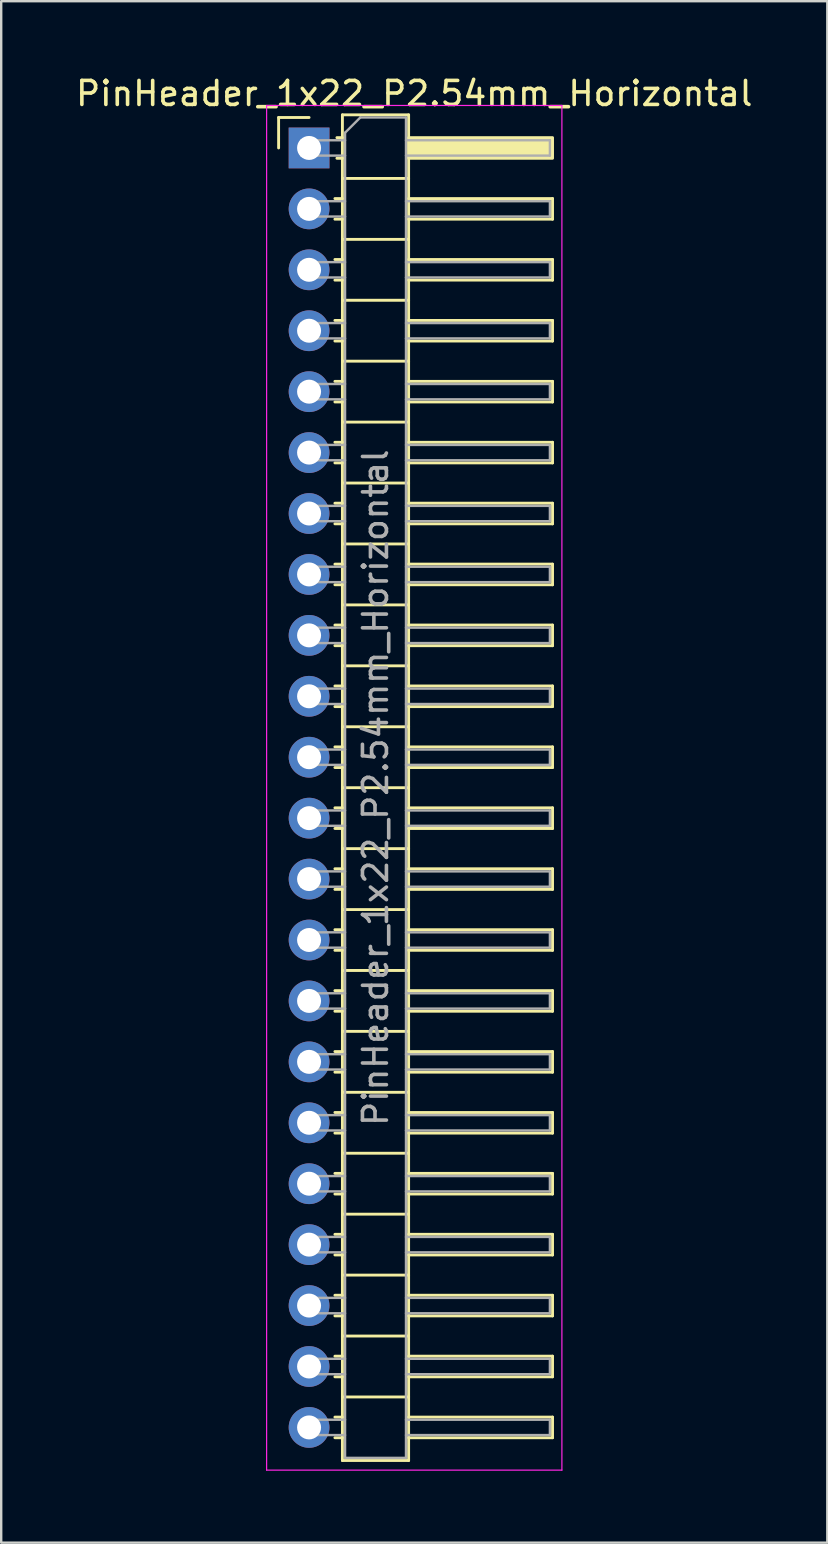
<source format=kicad_pcb>
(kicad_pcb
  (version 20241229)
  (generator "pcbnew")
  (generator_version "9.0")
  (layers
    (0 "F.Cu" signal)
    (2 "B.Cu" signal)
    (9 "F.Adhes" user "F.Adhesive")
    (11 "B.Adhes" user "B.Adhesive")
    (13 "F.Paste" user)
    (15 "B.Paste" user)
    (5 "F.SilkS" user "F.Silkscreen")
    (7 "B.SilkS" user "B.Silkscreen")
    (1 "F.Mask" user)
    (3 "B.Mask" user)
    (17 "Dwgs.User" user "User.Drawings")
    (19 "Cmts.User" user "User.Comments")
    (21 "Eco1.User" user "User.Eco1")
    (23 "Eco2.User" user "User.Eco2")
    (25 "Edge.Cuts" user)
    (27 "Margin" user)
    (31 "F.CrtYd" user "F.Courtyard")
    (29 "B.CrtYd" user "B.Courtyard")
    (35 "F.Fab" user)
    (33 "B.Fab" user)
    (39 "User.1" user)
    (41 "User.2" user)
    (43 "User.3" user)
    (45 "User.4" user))
  (footprint "PinHeader_1x22_P2.54mm_Horizontal"
    (layer "F.Cu")
    (at 9.835 3.118)
    (property "Reference" "PinHeader_1x22_P2.54mm_Horizontal" (at 4.385 -2.27 0) (layer "F.SilkS") (effects (font (size 1 1) (thickness 0.15))))
    (attr through_hole)
    (fp_line (start -1.27 -1.27) (end 0 -1.27) (stroke (width 0.12) (type solid)) (layer "F.SilkS"))
    (fp_line (start -1.27 0) (end -1.27 -1.27) (stroke (width 0.12) (type solid)) (layer "F.SilkS"))
    (fp_line (start 1.077 2.11) (end 1.39 2.11) (stroke (width 0.12) (type solid)) (layer "F.SilkS"))
    (fp_line (start 1.077 2.97) (end 1.39 2.97) (stroke (width 0.12) (type solid)) (layer "F.SilkS"))
    (fp_line (start 1.077 4.65) (end 1.39 4.65) (stroke (width 0.12) (type solid)) (layer "F.SilkS"))
    (fp_line (start 1.077 5.51) (end 1.39 5.51) (stroke (width 0.12) (type solid)) (layer "F.SilkS"))
    (fp_line (start 1.077 7.19) (end 1.39 7.19) (stroke (width 0.12) (type solid)) (layer "F.SilkS"))
    (fp_line (start 1.077 8.05) (end 1.39 8.05) (stroke (width 0.12) (type solid)) (layer "F.SilkS"))
    (fp_line (start 1.077 9.73) (end 1.39 9.73) (stroke (width 0.12) (type solid)) (layer "F.SilkS"))
    (fp_line (start 1.077 10.59) (end 1.39 10.59) (stroke (width 0.12) (type solid)) (layer "F.SilkS"))
    (fp_line (start 1.077 12.27) (end 1.39 12.27) (stroke (width 0.12) (type solid)) (layer "F.SilkS"))
    (fp_line (start 1.077 13.13) (end 1.39 13.13) (stroke (width 0.12) (type solid)) (layer "F.SilkS"))
    (fp_line (start 1.077 14.81) (end 1.39 14.81) (stroke (width 0.12) (type solid)) (layer "F.SilkS"))
    (fp_line (start 1.077 15.67) (end 1.39 15.67) (stroke (width 0.12) (type solid)) (layer "F.SilkS"))
    (fp_line (start 1.077 17.35) (end 1.39 17.35) (stroke (width 0.12) (type solid)) (layer "F.SilkS"))
    (fp_line (start 1.077 18.21) (end 1.39 18.21) (stroke (width 0.12) (type solid)) (layer "F.SilkS"))
    (fp_line (start 1.077 19.89) (end 1.39 19.89) (stroke (width 0.12) (type solid)) (layer "F.SilkS"))
    (fp_line (start 1.077 20.75) (end 1.39 20.75) (stroke (width 0.12) (type solid)) (layer "F.SilkS"))
    (fp_line (start 1.077 22.43) (end 1.39 22.43) (stroke (width 0.12) (type solid)) (layer "F.SilkS"))
    (fp_line (start 1.077 23.29) (end 1.39 23.29) (stroke (width 0.12) (type solid)) (layer "F.SilkS"))
    (fp_line (start 1.077 24.97) (end 1.39 24.97) (stroke (width 0.12) (type solid)) (layer "F.SilkS"))
    (fp_line (start 1.077 25.83) (end 1.39 25.83) (stroke (width 0.12) (type solid)) (layer "F.SilkS"))
    (fp_line (start 1.077 27.51) (end 1.39 27.51) (stroke (width 0.12) (type solid)) (layer "F.SilkS"))
    (fp_line (start 1.077 28.37) (end 1.39 28.37) (stroke (width 0.12) (type solid)) (layer "F.SilkS"))
    (fp_line (start 1.077 30.05) (end 1.39 30.05) (stroke (width 0.12) (type solid)) (layer "F.SilkS"))
    (fp_line (start 1.077 30.91) (end 1.39 30.91) (stroke (width 0.12) (type solid)) (layer "F.SilkS"))
    (fp_line (start 1.077 32.59) (end 1.39 32.59) (stroke (width 0.12) (type solid)) (layer "F.SilkS"))
    (fp_line (start 1.077 33.45) (end 1.39 33.45) (stroke (width 0.12) (type solid)) (layer "F.SilkS"))
    (fp_line (start 1.077 35.13) (end 1.39 35.13) (stroke (width 0.12) (type solid)) (layer "F.SilkS"))
    (fp_line (start 1.077 35.99) (end 1.39 35.99) (stroke (width 0.12) (type solid)) (layer "F.SilkS"))
    (fp_line (start 1.077 37.67) (end 1.39 37.67) (stroke (width 0.12) (type solid)) (layer "F.SilkS"))
    (fp_line (start 1.077 38.53) (end 1.39 38.53) (stroke (width 0.12) (type solid)) (layer "F.SilkS"))
    (fp_line (start 1.077 40.21) (end 1.39 40.21) (stroke (width 0.12) (type solid)) (layer "F.SilkS"))
    (fp_line (start 1.077 41.07) (end 1.39 41.07) (stroke (width 0.12) (type solid)) (layer "F.SilkS"))
    (fp_line (start 1.077 42.75) (end 1.39 42.75) (stroke (width 0.12) (type solid)) (layer "F.SilkS"))
    (fp_line (start 1.077 43.61) (end 1.39 43.61) (stroke (width 0.12) (type solid)) (layer "F.SilkS"))
    (fp_line (start 1.077 45.29) (end 1.39 45.29) (stroke (width 0.12) (type solid)) (layer "F.SilkS"))
    (fp_line (start 1.077 46.15) (end 1.39 46.15) (stroke (width 0.12) (type solid)) (layer "F.SilkS"))
    (fp_line (start 1.077 47.83) (end 1.39 47.83) (stroke (width 0.12) (type solid)) (layer "F.SilkS"))
    (fp_line (start 1.077 48.69) (end 1.39 48.69) (stroke (width 0.12) (type solid)) (layer "F.SilkS"))
    (fp_line (start 1.077 50.37) (end 1.39 50.37) (stroke (width 0.12) (type solid)) (layer "F.SilkS"))
    (fp_line (start 1.077 51.23) (end 1.39 51.23) (stroke (width 0.12) (type solid)) (layer "F.SilkS"))
    (fp_line (start 1.077 52.91) (end 1.39 52.91) (stroke (width 0.12) (type solid)) (layer "F.SilkS"))
    (fp_line (start 1.077 53.77) (end 1.39 53.77) (stroke (width 0.12) (type solid)) (layer "F.SilkS"))
    (fp_line (start 1.16 -0.43) (end 1.39 -0.43) (stroke (width 0.12) (type solid)) (layer "F.SilkS"))
    (fp_line (start 1.16 0.43) (end 1.39 0.43) (stroke (width 0.12) (type solid)) (layer "F.SilkS"))
    (fp_line (start 1.39 -1.38) (end 1.39 54.72) (stroke (width 0.12) (type solid)) (layer "F.SilkS"))
    (fp_line (start 1.39 1.27) (end 4.15 1.27) (stroke (width 0.12) (type solid)) (layer "F.SilkS"))
    (fp_line (start 1.39 3.81) (end 4.15 3.81) (stroke (width 0.12) (type solid)) (layer "F.SilkS"))
    (fp_line (start 1.39 6.35) (end 4.15 6.35) (stroke (width 0.12) (type solid)) (layer "F.SilkS"))
    (fp_line (start 1.39 8.89) (end 4.15 8.89) (stroke (width 0.12) (type solid)) (layer "F.SilkS"))
    (fp_line (start 1.39 11.43) (end 4.15 11.43) (stroke (width 0.12) (type solid)) (layer "F.SilkS"))
    (fp_line (start 1.39 13.97) (end 4.15 13.97) (stroke (width 0.12) (type solid)) (layer "F.SilkS"))
    (fp_line (start 1.39 16.51) (end 4.15 16.51) (stroke (width 0.12) (type solid)) (layer "F.SilkS"))
    (fp_line (start 1.39 19.05) (end 4.15 19.05) (stroke (width 0.12) (type solid)) (layer "F.SilkS"))
    (fp_line (start 1.39 21.59) (end 4.15 21.59) (stroke (width 0.12) (type solid)) (layer "F.SilkS"))
    (fp_line (start 1.39 24.13) (end 4.15 24.13) (stroke (width 0.12) (type solid)) (layer "F.SilkS"))
    (fp_line (start 1.39 26.67) (end 4.15 26.67) (stroke (width 0.12) (type solid)) (layer "F.SilkS"))
    (fp_line (start 1.39 29.21) (end 4.15 29.21) (stroke (width 0.12) (type solid)) (layer "F.SilkS"))
    (fp_line (start 1.39 31.75) (end 4.15 31.75) (stroke (width 0.12) (type solid)) (layer "F.SilkS"))
    (fp_line (start 1.39 34.29) (end 4.15 34.29) (stroke (width 0.12) (type solid)) (layer "F.SilkS"))
    (fp_line (start 1.39 36.83) (end 4.15 36.83) (stroke (width 0.12) (type solid)) (layer "F.SilkS"))
    (fp_line (start 1.39 39.37) (end 4.15 39.37) (stroke (width 0.12) (type solid)) (layer "F.SilkS"))
    (fp_line (start 1.39 41.91) (end 4.15 41.91) (stroke (width 0.12) (type solid)) (layer "F.SilkS"))
    (fp_line (start 1.39 44.45) (end 4.15 44.45) (stroke (width 0.12) (type solid)) (layer "F.SilkS"))
    (fp_line (start 1.39 46.99) (end 4.15 46.99) (stroke (width 0.12) (type solid)) (layer "F.SilkS"))
    (fp_line (start 1.39 49.53) (end 4.15 49.53) (stroke (width 0.12) (type solid)) (layer "F.SilkS"))
    (fp_line (start 1.39 52.07) (end 4.15 52.07) (stroke (width 0.12) (type solid)) (layer "F.SilkS"))
    (fp_line (start 1.39 54.72) (end 4.15 54.72) (stroke (width 0.12) (type solid)) (layer "F.SilkS"))
    (fp_line (start 4.15 -1.38) (end 1.39 -1.38) (stroke (width 0.12) (type solid)) (layer "F.SilkS"))
    (fp_line (start 4.15 2.11) (end 10.15 2.11) (stroke (width 0.12) (type solid)) (layer "F.SilkS"))
    (fp_line (start 4.15 4.65) (end 10.15 4.65) (stroke (width 0.12) (type solid)) (layer "F.SilkS"))
    (fp_line (start 4.15 7.19) (end 10.15 7.19) (stroke (width 0.12) (type solid)) (layer "F.SilkS"))
    (fp_line (start 4.15 9.73) (end 10.15 9.73) (stroke (width 0.12) (type solid)) (layer "F.SilkS"))
    (fp_line (start 4.15 12.27) (end 10.15 12.27) (stroke (width 0.12) (type solid)) (layer "F.SilkS"))
    (fp_line (start 4.15 14.81) (end 10.15 14.81) (stroke (width 0.12) (type solid)) (layer "F.SilkS"))
    (fp_line (start 4.15 17.35) (end 10.15 17.35) (stroke (width 0.12) (type solid)) (layer "F.SilkS"))
    (fp_line (start 4.15 19.89) (end 10.15 19.89) (stroke (width 0.12) (type solid)) (layer "F.SilkS"))
    (fp_line (start 4.15 22.43) (end 10.15 22.43) (stroke (width 0.12) (type solid)) (layer "F.SilkS"))
    (fp_line (start 4.15 24.97) (end 10.15 24.97) (stroke (width 0.12) (type solid)) (layer "F.SilkS"))
    (fp_line (start 4.15 27.51) (end 10.15 27.51) (stroke (width 0.12) (type solid)) (layer "F.SilkS"))
    (fp_line (start 4.15 30.05) (end 10.15 30.05) (stroke (width 0.12) (type solid)) (layer "F.SilkS"))
    (fp_line (start 4.15 32.59) (end 10.15 32.59) (stroke (width 0.12) (type solid)) (layer "F.SilkS"))
    (fp_line (start 4.15 35.13) (end 10.15 35.13) (stroke (width 0.12) (type solid)) (layer "F.SilkS"))
    (fp_line (start 4.15 37.67) (end 10.15 37.67) (stroke (width 0.12) (type solid)) (layer "F.SilkS"))
    (fp_line (start 4.15 40.21) (end 10.15 40.21) (stroke (width 0.12) (type solid)) (layer "F.SilkS"))
    (fp_line (start 4.15 42.75) (end 10.15 42.75) (stroke (width 0.12) (type solid)) (layer "F.SilkS"))
    (fp_line (start 4.15 45.29) (end 10.15 45.29) (stroke (width 0.12) (type solid)) (layer "F.SilkS"))
    (fp_line (start 4.15 47.83) (end 10.15 47.83) (stroke (width 0.12) (type solid)) (layer "F.SilkS"))
    (fp_line (start 4.15 50.37) (end 10.15 50.37) (stroke (width 0.12) (type solid)) (layer "F.SilkS"))
    (fp_line (start 4.15 52.91) (end 10.15 52.91) (stroke (width 0.12) (type solid)) (layer "F.SilkS"))
    (fp_line (start 4.15 54.72) (end 4.15 -1.38) (stroke (width 0.12) (type solid)) (layer "F.SilkS"))
    (fp_line (start 10.15 2.11) (end 10.15 2.97) (stroke (width 0.12) (type solid)) (layer "F.SilkS"))
    (fp_line (start 10.15 2.97) (end 4.15 2.97) (stroke (width 0.12) (type solid)) (layer "F.SilkS"))
    (fp_line (start 10.15 4.65) (end 10.15 5.51) (stroke (width 0.12) (type solid)) (layer "F.SilkS"))
    (fp_line (start 10.15 5.51) (end 4.15 5.51) (stroke (width 0.12) (type solid)) (layer "F.SilkS"))
    (fp_line (start 10.15 7.19) (end 10.15 8.05) (stroke (width 0.12) (type solid)) (layer "F.SilkS"))
    (fp_line (start 10.15 8.05) (end 4.15 8.05) (stroke (width 0.12) (type solid)) (layer "F.SilkS"))
    (fp_line (start 10.15 9.73) (end 10.15 10.59) (stroke (width 0.12) (type solid)) (layer "F.SilkS"))
    (fp_line (start 10.15 10.59) (end 4.15 10.59) (stroke (width 0.12) (type solid)) (layer "F.SilkS"))
    (fp_line (start 10.15 12.27) (end 10.15 13.13) (stroke (width 0.12) (type solid)) (layer "F.SilkS"))
    (fp_line (start 10.15 13.13) (end 4.15 13.13) (stroke (width 0.12) (type solid)) (layer "F.SilkS"))
    (fp_line (start 10.15 14.81) (end 10.15 15.67) (stroke (width 0.12) (type solid)) (layer "F.SilkS"))
    (fp_line (start 10.15 15.67) (end 4.15 15.67) (stroke (width 0.12) (type solid)) (layer "F.SilkS"))
    (fp_line (start 10.15 17.35) (end 10.15 18.21) (stroke (width 0.12) (type solid)) (layer "F.SilkS"))
    (fp_line (start 10.15 18.21) (end 4.15 18.21) (stroke (width 0.12) (type solid)) (layer "F.SilkS"))
    (fp_line (start 10.15 19.89) (end 10.15 20.75) (stroke (width 0.12) (type solid)) (layer "F.SilkS"))
    (fp_line (start 10.15 20.75) (end 4.15 20.75) (stroke (width 0.12) (type solid)) (layer "F.SilkS"))
    (fp_line (start 10.15 22.43) (end 10.15 23.29) (stroke (width 0.12) (type solid)) (layer "F.SilkS"))
    (fp_line (start 10.15 23.29) (end 4.15 23.29) (stroke (width 0.12) (type solid)) (layer "F.SilkS"))
    (fp_line (start 10.15 24.97) (end 10.15 25.83) (stroke (width 0.12) (type solid)) (layer "F.SilkS"))
    (fp_line (start 10.15 25.83) (end 4.15 25.83) (stroke (width 0.12) (type solid)) (layer "F.SilkS"))
    (fp_line (start 10.15 27.51) (end 10.15 28.37) (stroke (width 0.12) (type solid)) (layer "F.SilkS"))
    (fp_line (start 10.15 28.37) (end 4.15 28.37) (stroke (width 0.12) (type solid)) (layer "F.SilkS"))
    (fp_line (start 10.15 30.05) (end 10.15 30.91) (stroke (width 0.12) (type solid)) (layer "F.SilkS"))
    (fp_line (start 10.15 30.91) (end 4.15 30.91) (stroke (width 0.12) (type solid)) (layer "F.SilkS"))
    (fp_line (start 10.15 32.59) (end 10.15 33.45) (stroke (width 0.12) (type solid)) (layer "F.SilkS"))
    (fp_line (start 10.15 33.45) (end 4.15 33.45) (stroke (width 0.12) (type solid)) (layer "F.SilkS"))
    (fp_line (start 10.15 35.13) (end 10.15 35.99) (stroke (width 0.12) (type solid)) (layer "F.SilkS"))
    (fp_line (start 10.15 35.99) (end 4.15 35.99) (stroke (width 0.12) (type solid)) (layer "F.SilkS"))
    (fp_line (start 10.15 37.67) (end 10.15 38.53) (stroke (width 0.12) (type solid)) (layer "F.SilkS"))
    (fp_line (start 10.15 38.53) (end 4.15 38.53) (stroke (width 0.12) (type solid)) (layer "F.SilkS"))
    (fp_line (start 10.15 40.21) (end 10.15 41.07) (stroke (width 0.12) (type solid)) (layer "F.SilkS"))
    (fp_line (start 10.15 41.07) (end 4.15 41.07) (stroke (width 0.12) (type solid)) (layer "F.SilkS"))
    (fp_line (start 10.15 42.75) (end 10.15 43.61) (stroke (width 0.12) (type solid)) (layer "F.SilkS"))
    (fp_line (start 10.15 43.61) (end 4.15 43.61) (stroke (width 0.12) (type solid)) (layer "F.SilkS"))
    (fp_line (start 10.15 45.29) (end 10.15 46.15) (stroke (width 0.12) (type solid)) (layer "F.SilkS"))
    (fp_line (start 10.15 46.15) (end 4.15 46.15) (stroke (width 0.12) (type solid)) (layer "F.SilkS"))
    (fp_line (start 10.15 47.83) (end 10.15 48.69) (stroke (width 0.12) (type solid)) (layer "F.SilkS"))
    (fp_line (start 10.15 48.69) (end 4.15 48.69) (stroke (width 0.12) (type solid)) (layer "F.SilkS"))
    (fp_line (start 10.15 50.37) (end 10.15 51.23) (stroke (width 0.12) (type solid)) (layer "F.SilkS"))
    (fp_line (start 10.15 51.23) (end 4.15 51.23) (stroke (width 0.12) (type solid)) (layer "F.SilkS"))
    (fp_line (start 10.15 52.91) (end 10.15 53.77) (stroke (width 0.12) (type solid)) (layer "F.SilkS"))
    (fp_line (start 10.15 53.77) (end 4.15 53.77) (stroke (width 0.12) (type solid)) (layer "F.SilkS"))
    (fp_rect (start 4.15 -0.43) (end 10.15 0.43) (stroke (width 0.12) (type solid)) (fill yes) (layer "F.SilkS"))
    (fp_line (start -1.77 -1.77) (end -1.77 55.12) (stroke (width 0.05) (type solid)) (layer "F.CrtYd"))
    (fp_line (start -1.77 55.12) (end 10.54 55.12) (stroke (width 0.05) (type solid)) (layer "F.CrtYd"))
    (fp_line (start 10.54 -1.77) (end -1.77 -1.77) (stroke (width 0.05) (type solid)) (layer "F.CrtYd"))
    (fp_line (start 10.54 55.12) (end 10.54 -1.77) (stroke (width 0.05) (type solid)) (layer "F.CrtYd"))
    (fp_line (start -0.32 -0.32) (end -0.32 0.32) (stroke (width 0.1) (type solid)) (layer "F.Fab"))
    (fp_line (start -0.32 -0.32) (end 1.5 -0.32) (stroke (width 0.1) (type solid)) (layer "F.Fab"))
    (fp_line (start -0.32 0.32) (end 1.5 0.32) (stroke (width 0.1) (type solid)) (layer "F.Fab"))
    (fp_line (start -0.32 2.22) (end -0.32 2.86) (stroke (width 0.1) (type solid)) (layer "F.Fab"))
    (fp_line (start -0.32 2.22) (end 1.5 2.22) (stroke (width 0.1) (type solid)) (layer "F.Fab"))
    (fp_line (start -0.32 2.86) (end 1.5 2.86) (stroke (width 0.1) (type solid)) (layer "F.Fab"))
    (fp_line (start -0.32 4.76) (end -0.32 5.4) (stroke (width 0.1) (type solid)) (layer "F.Fab"))
    (fp_line (start -0.32 4.76) (end 1.5 4.76) (stroke (width 0.1) (type solid)) (layer "F.Fab"))
    (fp_line (start -0.32 5.4) (end 1.5 5.4) (stroke (width 0.1) (type solid)) (layer "F.Fab"))
    (fp_line (start -0.32 7.3) (end -0.32 7.94) (stroke (width 0.1) (type solid)) (layer "F.Fab"))
    (fp_line (start -0.32 7.3) (end 1.5 7.3) (stroke (width 0.1) (type solid)) (layer "F.Fab"))
    (fp_line (start -0.32 7.94) (end 1.5 7.94) (stroke (width 0.1) (type solid)) (layer "F.Fab"))
    (fp_line (start -0.32 9.84) (end -0.32 10.48) (stroke (width 0.1) (type solid)) (layer "F.Fab"))
    (fp_line (start -0.32 9.84) (end 1.5 9.84) (stroke (width 0.1) (type solid)) (layer "F.Fab"))
    (fp_line (start -0.32 10.48) (end 1.5 10.48) (stroke (width 0.1) (type solid)) (layer "F.Fab"))
    (fp_line (start -0.32 12.38) (end -0.32 13.02) (stroke (width 0.1) (type solid)) (layer "F.Fab"))
    (fp_line (start -0.32 12.38) (end 1.5 12.38) (stroke (width 0.1) (type solid)) (layer "F.Fab"))
    (fp_line (start -0.32 13.02) (end 1.5 13.02) (stroke (width 0.1) (type solid)) (layer "F.Fab"))
    (fp_line (start -0.32 14.92) (end -0.32 15.56) (stroke (width 0.1) (type solid)) (layer "F.Fab"))
    (fp_line (start -0.32 14.92) (end 1.5 14.92) (stroke (width 0.1) (type solid)) (layer "F.Fab"))
    (fp_line (start -0.32 15.56) (end 1.5 15.56) (stroke (width 0.1) (type solid)) (layer "F.Fab"))
    (fp_line (start -0.32 17.46) (end -0.32 18.1) (stroke (width 0.1) (type solid)) (layer "F.Fab"))
    (fp_line (start -0.32 17.46) (end 1.5 17.46) (stroke (width 0.1) (type solid)) (layer "F.Fab"))
    (fp_line (start -0.32 18.1) (end 1.5 18.1) (stroke (width 0.1) (type solid)) (layer "F.Fab"))
    (fp_line (start -0.32 20) (end -0.32 20.64) (stroke (width 0.1) (type solid)) (layer "F.Fab"))
    (fp_line (start -0.32 20) (end 1.5 20) (stroke (width 0.1) (type solid)) (layer "F.Fab"))
    (fp_line (start -0.32 20.64) (end 1.5 20.64) (stroke (width 0.1) (type solid)) (layer "F.Fab"))
    (fp_line (start -0.32 22.54) (end -0.32 23.18) (stroke (width 0.1) (type solid)) (layer "F.Fab"))
    (fp_line (start -0.32 22.54) (end 1.5 22.54) (stroke (width 0.1) (type solid)) (layer "F.Fab"))
    (fp_line (start -0.32 23.18) (end 1.5 23.18) (stroke (width 0.1) (type solid)) (layer "F.Fab"))
    (fp_line (start -0.32 25.08) (end -0.32 25.72) (stroke (width 0.1) (type solid)) (layer "F.Fab"))
    (fp_line (start -0.32 25.08) (end 1.5 25.08) (stroke (width 0.1) (type solid)) (layer "F.Fab"))
    (fp_line (start -0.32 25.72) (end 1.5 25.72) (stroke (width 0.1) (type solid)) (layer "F.Fab"))
    (fp_line (start -0.32 27.62) (end -0.32 28.26) (stroke (width 0.1) (type solid)) (layer "F.Fab"))
    (fp_line (start -0.32 27.62) (end 1.5 27.62) (stroke (width 0.1) (type solid)) (layer "F.Fab"))
    (fp_line (start -0.32 28.26) (end 1.5 28.26) (stroke (width 0.1) (type solid)) (layer "F.Fab"))
    (fp_line (start -0.32 30.16) (end -0.32 30.8) (stroke (width 0.1) (type solid)) (layer "F.Fab"))
    (fp_line (start -0.32 30.16) (end 1.5 30.16) (stroke (width 0.1) (type solid)) (layer "F.Fab"))
    (fp_line (start -0.32 30.8) (end 1.5 30.8) (stroke (width 0.1) (type solid)) (layer "F.Fab"))
    (fp_line (start -0.32 32.7) (end -0.32 33.34) (stroke (width 0.1) (type solid)) (layer "F.Fab"))
    (fp_line (start -0.32 32.7) (end 1.5 32.7) (stroke (width 0.1) (type solid)) (layer "F.Fab"))
    (fp_line (start -0.32 33.34) (end 1.5 33.34) (stroke (width 0.1) (type solid)) (layer "F.Fab"))
    (fp_line (start -0.32 35.24) (end -0.32 35.88) (stroke (width 0.1) (type solid)) (layer "F.Fab"))
    (fp_line (start -0.32 35.24) (end 1.5 35.24) (stroke (width 0.1) (type solid)) (layer "F.Fab"))
    (fp_line (start -0.32 35.88) (end 1.5 35.88) (stroke (width 0.1) (type solid)) (layer "F.Fab"))
    (fp_line (start -0.32 37.78) (end -0.32 38.42) (stroke (width 0.1) (type solid)) (layer "F.Fab"))
    (fp_line (start -0.32 37.78) (end 1.5 37.78) (stroke (width 0.1) (type solid)) (layer "F.Fab"))
    (fp_line (start -0.32 38.42) (end 1.5 38.42) (stroke (width 0.1) (type solid)) (layer "F.Fab"))
    (fp_line (start -0.32 40.32) (end -0.32 40.96) (stroke (width 0.1) (type solid)) (layer "F.Fab"))
    (fp_line (start -0.32 40.32) (end 1.5 40.32) (stroke (width 0.1) (type solid)) (layer "F.Fab"))
    (fp_line (start -0.32 40.96) (end 1.5 40.96) (stroke (width 0.1) (type solid)) (layer "F.Fab"))
    (fp_line (start -0.32 42.86) (end -0.32 43.5) (stroke (width 0.1) (type solid)) (layer "F.Fab"))
    (fp_line (start -0.32 42.86) (end 1.5 42.86) (stroke (width 0.1) (type solid)) (layer "F.Fab"))
    (fp_line (start -0.32 43.5) (end 1.5 43.5) (stroke (width 0.1) (type solid)) (layer "F.Fab"))
    (fp_line (start -0.32 45.4) (end -0.32 46.04) (stroke (width 0.1) (type solid)) (layer "F.Fab"))
    (fp_line (start -0.32 45.4) (end 1.5 45.4) (stroke (width 0.1) (type solid)) (layer "F.Fab"))
    (fp_line (start -0.32 46.04) (end 1.5 46.04) (stroke (width 0.1) (type solid)) (layer "F.Fab"))
    (fp_line (start -0.32 47.94) (end -0.32 48.58) (stroke (width 0.1) (type solid)) (layer "F.Fab"))
    (fp_line (start -0.32 47.94) (end 1.5 47.94) (stroke (width 0.1) (type solid)) (layer "F.Fab"))
    (fp_line (start -0.32 48.58) (end 1.5 48.58) (stroke (width 0.1) (type solid)) (layer "F.Fab"))
    (fp_line (start -0.32 50.48) (end -0.32 51.12) (stroke (width 0.1) (type solid)) (layer "F.Fab"))
    (fp_line (start -0.32 50.48) (end 1.5 50.48) (stroke (width 0.1) (type solid)) (layer "F.Fab"))
    (fp_line (start -0.32 51.12) (end 1.5 51.12) (stroke (width 0.1) (type solid)) (layer "F.Fab"))
    (fp_line (start -0.32 53.02) (end -0.32 53.66) (stroke (width 0.1) (type solid)) (layer "F.Fab"))
    (fp_line (start -0.32 53.02) (end 1.5 53.02) (stroke (width 0.1) (type solid)) (layer "F.Fab"))
    (fp_line (start -0.32 53.66) (end 1.5 53.66) (stroke (width 0.1) (type solid)) (layer "F.Fab"))
    (fp_line (start 1.5 -0.635) (end 2.135 -1.27) (stroke (width 0.1) (type solid)) (layer "F.Fab"))
    (fp_line (start 1.5 54.61) (end 1.5 -0.635) (stroke (width 0.1) (type solid)) (layer "F.Fab"))
    (fp_line (start 2.135 -1.27) (end 4.04 -1.27) (stroke (width 0.1) (type solid)) (layer "F.Fab"))
    (fp_line (start 4.04 -1.27) (end 4.04 54.61) (stroke (width 0.1) (type solid)) (layer "F.Fab"))
    (fp_line (start 4.04 -0.32) (end 10.04 -0.32) (stroke (width 0.1) (type solid)) (layer "F.Fab"))
    (fp_line (start 4.04 0.32) (end 10.04 0.32) (stroke (width 0.1) (type solid)) (layer "F.Fab"))
    (fp_line (start 4.04 2.22) (end 10.04 2.22) (stroke (width 0.1) (type solid)) (layer "F.Fab"))
    (fp_line (start 4.04 2.86) (end 10.04 2.86) (stroke (width 0.1) (type solid)) (layer "F.Fab"))
    (fp_line (start 4.04 4.76) (end 10.04 4.76) (stroke (width 0.1) (type solid)) (layer "F.Fab"))
    (fp_line (start 4.04 5.4) (end 10.04 5.4) (stroke (width 0.1) (type solid)) (layer "F.Fab"))
    (fp_line (start 4.04 7.3) (end 10.04 7.3) (stroke (width 0.1) (type solid)) (layer "F.Fab"))
    (fp_line (start 4.04 7.94) (end 10.04 7.94) (stroke (width 0.1) (type solid)) (layer "F.Fab"))
    (fp_line (start 4.04 9.84) (end 10.04 9.84) (stroke (width 0.1) (type solid)) (layer "F.Fab"))
    (fp_line (start 4.04 10.48) (end 10.04 10.48) (stroke (width 0.1) (type solid)) (layer "F.Fab"))
    (fp_line (start 4.04 12.38) (end 10.04 12.38) (stroke (width 0.1) (type solid)) (layer "F.Fab"))
    (fp_line (start 4.04 13.02) (end 10.04 13.02) (stroke (width 0.1) (type solid)) (layer "F.Fab"))
    (fp_line (start 4.04 14.92) (end 10.04 14.92) (stroke (width 0.1) (type solid)) (layer "F.Fab"))
    (fp_line (start 4.04 15.56) (end 10.04 15.56) (stroke (width 0.1) (type solid)) (layer "F.Fab"))
    (fp_line (start 4.04 17.46) (end 10.04 17.46) (stroke (width 0.1) (type solid)) (layer "F.Fab"))
    (fp_line (start 4.04 18.1) (end 10.04 18.1) (stroke (width 0.1) (type solid)) (layer "F.Fab"))
    (fp_line (start 4.04 20) (end 10.04 20) (stroke (width 0.1) (type solid)) (layer "F.Fab"))
    (fp_line (start 4.04 20.64) (end 10.04 20.64) (stroke (width 0.1) (type solid)) (layer "F.Fab"))
    (fp_line (start 4.04 22.54) (end 10.04 22.54) (stroke (width 0.1) (type solid)) (layer "F.Fab"))
    (fp_line (start 4.04 23.18) (end 10.04 23.18) (stroke (width 0.1) (type solid)) (layer "F.Fab"))
    (fp_line (start 4.04 25.08) (end 10.04 25.08) (stroke (width 0.1) (type solid)) (layer "F.Fab"))
    (fp_line (start 4.04 25.72) (end 10.04 25.72) (stroke (width 0.1) (type solid)) (layer "F.Fab"))
    (fp_line (start 4.04 27.62) (end 10.04 27.62) (stroke (width 0.1) (type solid)) (layer "F.Fab"))
    (fp_line (start 4.04 28.26) (end 10.04 28.26) (stroke (width 0.1) (type solid)) (layer "F.Fab"))
    (fp_line (start 4.04 30.16) (end 10.04 30.16) (stroke (width 0.1) (type solid)) (layer "F.Fab"))
    (fp_line (start 4.04 30.8) (end 10.04 30.8) (stroke (width 0.1) (type solid)) (layer "F.Fab"))
    (fp_line (start 4.04 32.7) (end 10.04 32.7) (stroke (width 0.1) (type solid)) (layer "F.Fab"))
    (fp_line (start 4.04 33.34) (end 10.04 33.34) (stroke (width 0.1) (type solid)) (layer "F.Fab"))
    (fp_line (start 4.04 35.24) (end 10.04 35.24) (stroke (width 0.1) (type solid)) (layer "F.Fab"))
    (fp_line (start 4.04 35.88) (end 10.04 35.88) (stroke (width 0.1) (type solid)) (layer "F.Fab"))
    (fp_line (start 4.04 37.78) (end 10.04 37.78) (stroke (width 0.1) (type solid)) (layer "F.Fab"))
    (fp_line (start 4.04 38.42) (end 10.04 38.42) (stroke (width 0.1) (type solid)) (layer "F.Fab"))
    (fp_line (start 4.04 40.32) (end 10.04 40.32) (stroke (width 0.1) (type solid)) (layer "F.Fab"))
    (fp_line (start 4.04 40.96) (end 10.04 40.96) (stroke (width 0.1) (type solid)) (layer "F.Fab"))
    (fp_line (start 4.04 42.86) (end 10.04 42.86) (stroke (width 0.1) (type solid)) (layer "F.Fab"))
    (fp_line (start 4.04 43.5) (end 10.04 43.5) (stroke (width 0.1) (type solid)) (layer "F.Fab"))
    (fp_line (start 4.04 45.4) (end 10.04 45.4) (stroke (width 0.1) (type solid)) (layer "F.Fab"))
    (fp_line (start 4.04 46.04) (end 10.04 46.04) (stroke (width 0.1) (type solid)) (layer "F.Fab"))
    (fp_line (start 4.04 47.94) (end 10.04 47.94) (stroke (width 0.1) (type solid)) (layer "F.Fab"))
    (fp_line (start 4.04 48.58) (end 10.04 48.58) (stroke (width 0.1) (type solid)) (layer "F.Fab"))
    (fp_line (start 4.04 50.48) (end 10.04 50.48) (stroke (width 0.1) (type solid)) (layer "F.Fab"))
    (fp_line (start 4.04 51.12) (end 10.04 51.12) (stroke (width 0.1) (type solid)) (layer "F.Fab"))
    (fp_line (start 4.04 53.02) (end 10.04 53.02) (stroke (width 0.1) (type solid)) (layer "F.Fab"))
    (fp_line (start 4.04 53.66) (end 10.04 53.66) (stroke (width 0.1) (type solid)) (layer "F.Fab"))
    (fp_line (start 4.04 54.61) (end 1.5 54.61) (stroke (width 0.1) (type solid)) (layer "F.Fab"))
    (fp_line (start 10.04 -0.32) (end 10.04 0.32) (stroke (width 0.1) (type solid)) (layer "F.Fab"))
    (fp_line (start 10.04 2.22) (end 10.04 2.86) (stroke (width 0.1) (type solid)) (layer "F.Fab"))
    (fp_line (start 10.04 4.76) (end 10.04 5.4) (stroke (width 0.1) (type solid)) (layer "F.Fab"))
    (fp_line (start 10.04 7.3) (end 10.04 7.94) (stroke (width 0.1) (type solid)) (layer "F.Fab"))
    (fp_line (start 10.04 9.84) (end 10.04 10.48) (stroke (width 0.1) (type solid)) (layer "F.Fab"))
    (fp_line (start 10.04 12.38) (end 10.04 13.02) (stroke (width 0.1) (type solid)) (layer "F.Fab"))
    (fp_line (start 10.04 14.92) (end 10.04 15.56) (stroke (width 0.1) (type solid)) (layer "F.Fab"))
    (fp_line (start 10.04 17.46) (end 10.04 18.1) (stroke (width 0.1) (type solid)) (layer "F.Fab"))
    (fp_line (start 10.04 20) (end 10.04 20.64) (stroke (width 0.1) (type solid)) (layer "F.Fab"))
    (fp_line (start 10.04 22.54) (end 10.04 23.18) (stroke (width 0.1) (type solid)) (layer "F.Fab"))
    (fp_line (start 10.04 25.08) (end 10.04 25.72) (stroke (width 0.1) (type solid)) (layer "F.Fab"))
    (fp_line (start 10.04 27.62) (end 10.04 28.26) (stroke (width 0.1) (type solid)) (layer "F.Fab"))
    (fp_line (start 10.04 30.16) (end 10.04 30.8) (stroke (width 0.1) (type solid)) (layer "F.Fab"))
    (fp_line (start 10.04 32.7) (end 10.04 33.34) (stroke (width 0.1) (type solid)) (layer "F.Fab"))
    (fp_line (start 10.04 35.24) (end 10.04 35.88) (stroke (width 0.1) (type solid)) (layer "F.Fab"))
    (fp_line (start 10.04 37.78) (end 10.04 38.42) (stroke (width 0.1) (type solid)) (layer "F.Fab"))
    (fp_line (start 10.04 40.32) (end 10.04 40.96) (stroke (width 0.1) (type solid)) (layer "F.Fab"))
    (fp_line (start 10.04 42.86) (end 10.04 43.5) (stroke (width 0.1) (type solid)) (layer "F.Fab"))
    (fp_line (start 10.04 45.4) (end 10.04 46.04) (stroke (width 0.1) (type solid)) (layer "F.Fab"))
    (fp_line (start 10.04 47.94) (end 10.04 48.58) (stroke (width 0.1) (type solid)) (layer "F.Fab"))
    (fp_line (start 10.04 50.48) (end 10.04 51.12) (stroke (width 0.1) (type solid)) (layer "F.Fab"))
    (fp_line (start 10.04 53.02) (end 10.04 53.66) (stroke (width 0.1) (type solid)) (layer "F.Fab"))
    (fp_text user "${REFERENCE}" (at 2.77 26.67 90) (layer "F.Fab") (effects (font (size 1 1) (thickness 0.15))))
    (pad "1" thru_hole rect (at 0 0) (size 1.7 1.7) (drill 1) (layers "*.Cu" "*.Mask"))
    (pad "2" thru_hole circle (at 0 2.54) (size 1.7 1.7) (drill 1) (layers "*.Cu" "*.Mask"))
    (pad "3" thru_hole circle (at 0 5.08) (size 1.7 1.7) (drill 1) (layers "*.Cu" "*.Mask"))
    (pad "4" thru_hole circle (at 0 7.62) (size 1.7 1.7) (drill 1) (layers "*.Cu" "*.Mask"))
    (pad "5" thru_hole circle (at 0 10.16) (size 1.7 1.7) (drill 1) (layers "*.Cu" "*.Mask"))
    (pad "6" thru_hole circle (at 0 12.7) (size 1.7 1.7) (drill 1) (layers "*.Cu" "*.Mask"))
    (pad "7" thru_hole circle (at 0 15.24) (size 1.7 1.7) (drill 1) (layers "*.Cu" "*.Mask"))
    (pad "8" thru_hole circle (at 0 17.78) (size 1.7 1.7) (drill 1) (layers "*.Cu" "*.Mask"))
    (pad "9" thru_hole circle (at 0 20.32) (size 1.7 1.7) (drill 1) (layers "*.Cu" "*.Mask"))
    (pad "10" thru_hole circle (at 0 22.86) (size 1.7 1.7) (drill 1) (layers "*.Cu" "*.Mask"))
    (pad "11" thru_hole circle (at 0 25.4) (size 1.7 1.7) (drill 1) (layers "*.Cu" "*.Mask"))
    (pad "12" thru_hole circle (at 0 27.94) (size 1.7 1.7) (drill 1) (layers "*.Cu" "*.Mask"))
    (pad "13" thru_hole circle (at 0 30.48) (size 1.7 1.7) (drill 1) (layers "*.Cu" "*.Mask"))
    (pad "14" thru_hole circle (at 0 33.02) (size 1.7 1.7) (drill 1) (layers "*.Cu" "*.Mask"))
    (pad "15" thru_hole circle (at 0 35.56) (size 1.7 1.7) (drill 1) (layers "*.Cu" "*.Mask"))
    (pad "16" thru_hole circle (at 0 38.1) (size 1.7 1.7) (drill 1) (layers "*.Cu" "*.Mask"))
    (pad "17" thru_hole circle (at 0 40.64) (size 1.7 1.7) (drill 1) (layers "*.Cu" "*.Mask"))
    (pad "18" thru_hole circle (at 0 43.18) (size 1.7 1.7) (drill 1) (layers "*.Cu" "*.Mask"))
    (pad "19" thru_hole circle (at 0 45.72) (size 1.7 1.7) (drill 1) (layers "*.Cu" "*.Mask"))
    (pad "20" thru_hole circle (at 0 48.26) (size 1.7 1.7) (drill 1) (layers "*.Cu" "*.Mask"))
    (pad "21" thru_hole circle (at 0 50.8) (size 1.7 1.7) (drill 1) (layers "*.Cu" "*.Mask"))
    (pad "22" thru_hole circle (at 0 53.34) (size 1.7 1.7) (drill 1) (layers "*.Cu" "*.Mask")))
  (gr_rect
    (start -3 -3)
    (end 31.44 61.263)
    (stroke (width 0.1) (type default))
    (fill no)
    (layer "Edge.Cuts")))
</source>
